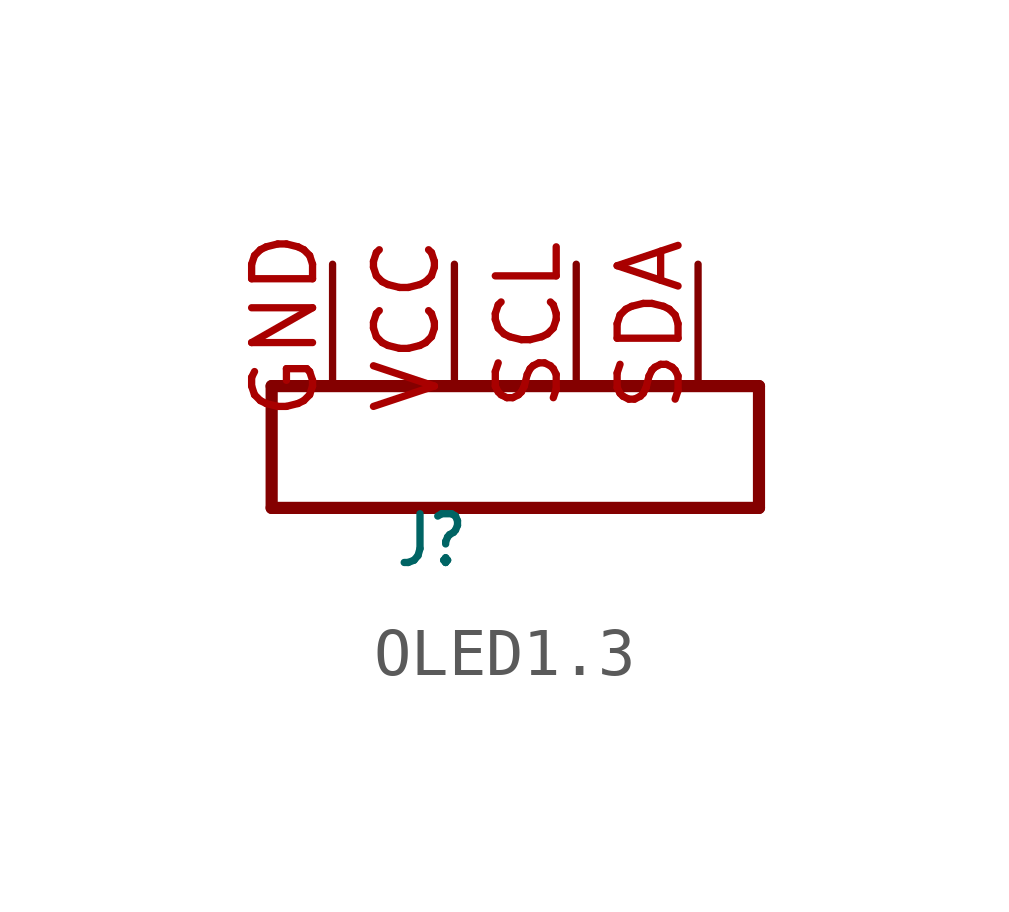
<source format=kicad_sym>
(kicad_symbol_lib
  (version 20211014)
  (generator kicad_symbol_editor)
  (symbol "OLED1.3"
    (property "Reference" "J"
      (at -2.54 -2.54 0)
      (effects (font (size 1.016 0.864)) (justify left bottom)))
    (property "ki_locked" ""
      (at 0 0 0)
      (effects (font (size 1.27 1.27))))
    (symbol "OLED1.3_1_0"
      (polyline (pts (xy -5.08 -1.27) (xy 5.08 -1.27)) (stroke (width 0.254) (type default) (color 0 0 0 0)) (fill (type none)))
      (polyline (pts (xy -5.08 1.27) (xy -5.08 -1.27)) (stroke (width 0.254) (type default) (color 0 0 0 0)) (fill (type none)))
      (polyline (pts (xy 5.08 -1.27) (xy 5.08 1.27)) (stroke (width 0.254) (type default) (color 0 0 0 0)) (fill (type none)))
      (polyline (pts (xy 5.08 1.27) (xy -5.08 1.27)) (stroke (width 0.254) (type default) (color 0 0 0 0)) (fill (type none)))
      (pin bidirectional line (at -3.81 3.81 270) (length 2.54) (name "GND" (effects (font (size 0 0)))) (number "GND" (effects (font (size 1.27 1.27)))))
      (pin bidirectional line (at 1.27 3.81 270) (length 2.54) (name "SCL" (effects (font (size 0 0)))) (number "SCL" (effects (font (size 1.27 1.27)))))
      (pin bidirectional line (at 3.81 3.81 270) (length 2.54) (name "SDA" (effects (font (size 0 0)))) (number "SDA" (effects (font (size 1.27 1.27)))))
      (pin bidirectional line (at -1.27 3.81 270) (length 2.54) (name "VCC" (effects (font (size 0 0)))) (number "VCC" (effects (font (size 1.27 1.27))))))))
</source>
